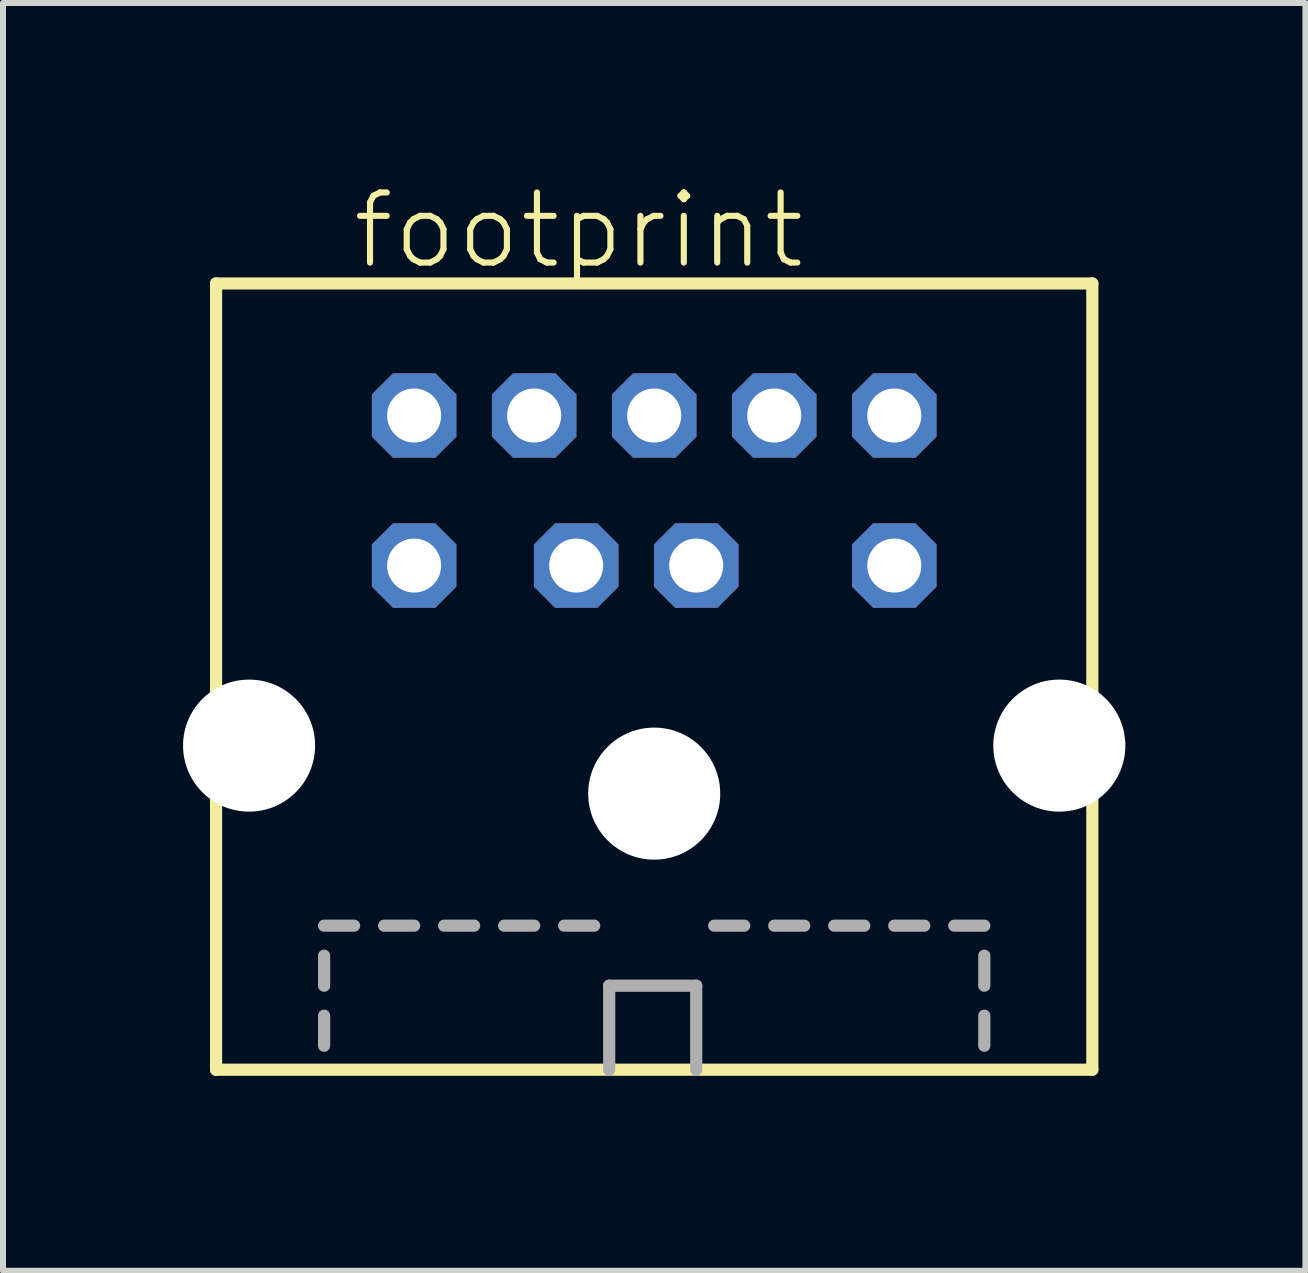
<source format=kicad_pcb>
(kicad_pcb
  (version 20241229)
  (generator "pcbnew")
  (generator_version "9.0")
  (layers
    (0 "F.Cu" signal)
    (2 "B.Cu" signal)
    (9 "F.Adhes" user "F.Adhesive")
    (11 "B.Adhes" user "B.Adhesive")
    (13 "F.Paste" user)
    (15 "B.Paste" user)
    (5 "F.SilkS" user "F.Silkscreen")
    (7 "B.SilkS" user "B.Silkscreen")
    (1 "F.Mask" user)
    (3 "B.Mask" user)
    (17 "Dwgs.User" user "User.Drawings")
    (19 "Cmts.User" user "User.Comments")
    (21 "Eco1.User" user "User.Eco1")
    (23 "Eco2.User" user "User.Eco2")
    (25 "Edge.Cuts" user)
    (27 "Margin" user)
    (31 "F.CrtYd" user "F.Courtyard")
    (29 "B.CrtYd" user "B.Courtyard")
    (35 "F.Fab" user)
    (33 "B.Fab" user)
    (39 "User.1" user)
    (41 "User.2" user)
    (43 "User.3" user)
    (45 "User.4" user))
  (footprint "footprint"
    (layer "F.Cu")
    (at 7.85 14.873)
    (property "Reference" "footprint" (at -5.08 -13.4 0) (layer "F.SilkS") (effects (font (size 1.168 1.168) (thickness 0.102)) (justify left bottom)))
    (fp_line (start -7.3 -13.2) (end -7.3 -0.1) (stroke (width 0.203) (type solid)) (layer "F.SilkS"))
    (fp_line (start -7.3 -0.1) (end 7.3 -0.1) (stroke (width 0.203) (type solid)) (layer "F.SilkS"))
    (fp_line (start 7.3 -13.2) (end -7.3 -13.2) (stroke (width 0.203) (type solid)) (layer "F.SilkS"))
    (fp_line (start 7.3 -0.1) (end 7.3 -13.2) (stroke (width 0.203) (type solid)) (layer "F.SilkS"))
    (fp_line (start -5.5 -2.5) (end -5 -2.5) (stroke (width 0.203) (type solid)) (layer "F.Fab"))
    (fp_line (start -5.5 -1.5) (end -5.5 -2) (stroke (width 0.203) (type solid)) (layer "F.Fab"))
    (fp_line (start -5.5 -0.5) (end -5.5 -1) (stroke (width 0.203) (type solid)) (layer "F.Fab"))
    (fp_line (start -4.5 -2.5) (end -4 -2.5) (stroke (width 0.203) (type solid)) (layer "F.Fab"))
    (fp_line (start -3.5 -2.5) (end -3 -2.5) (stroke (width 0.203) (type solid)) (layer "F.Fab"))
    (fp_line (start -2.5 -2.5) (end -2 -2.5) (stroke (width 0.203) (type solid)) (layer "F.Fab"))
    (fp_line (start -1.5 -2.5) (end -1 -2.5) (stroke (width 0.203) (type solid)) (layer "F.Fab"))
    (fp_line (start -0.75 -1.5) (end 0.7 -1.5) (stroke (width 0.203) (type solid)) (layer "F.Fab"))
    (fp_line (start -0.75 -0.1) (end -0.75 -1.5) (stroke (width 0.203) (type solid)) (layer "F.Fab"))
    (fp_line (start 0.7 -1.5) (end 0.7 -0.1) (stroke (width 0.203) (type solid)) (layer "F.Fab"))
    (fp_line (start 1 -2.5) (end 1.5 -2.5) (stroke (width 0.203) (type solid)) (layer "F.Fab"))
    (fp_line (start 2 -2.5) (end 2.5 -2.5) (stroke (width 0.203) (type solid)) (layer "F.Fab"))
    (fp_line (start 3 -2.5) (end 3.5 -2.5) (stroke (width 0.203) (type solid)) (layer "F.Fab"))
    (fp_line (start 4 -2.5) (end 4.5 -2.5) (stroke (width 0.203) (type solid)) (layer "F.Fab"))
    (fp_line (start 5 -2.5) (end 5.5 -2.5) (stroke (width 0.203) (type solid)) (layer "F.Fab"))
    (fp_line (start 5.5 -1.5) (end 5.5 -2) (stroke (width 0.203) (type solid)) (layer "F.Fab"))
    (fp_line (start 5.5 -0.5) (end 5.5 -1) (stroke (width 0.203) (type solid)) (layer "F.Fab"))
    (pad "" np_thru_hole circle (at -6.75 -5.5) (size 2.2 2.2) (drill 2.2) (layers "*.Cu" "*.Mask"))
    (pad "" np_thru_hole circle (at 0 -4.7) (size 2.2 2.2) (drill 2.2) (layers "*.Cu" "*.Mask"))
    (pad "" np_thru_hole circle (at 6.75 -5.5) (size 2.2 2.2) (drill 2.2) (layers "*.Cu" "*.Mask"))
    (pad "1" thru_hole roundrect (at 0.7 -8.5) (size 1.408 1.408) (drill 0.9) (layers "*.Cu" "*.Mask") (roundrect_rratio 0.25) (chamfer_ratio 0.25) (chamfer top_left top_right bottom_left bottom_right))
    (pad "2" thru_hole roundrect (at -1.3 -8.5) (size 1.408 1.408) (drill 0.9) (layers "*.Cu" "*.Mask") (roundrect_rratio 0.25) (chamfer_ratio 0.25) (chamfer top_left top_right bottom_left bottom_right))
    (pad "3" thru_hole roundrect (at 4 -8.5) (size 1.408 1.408) (drill 0.9) (layers "*.Cu" "*.Mask") (roundrect_rratio 0.25) (chamfer_ratio 0.25) (chamfer top_left top_right bottom_left bottom_right))
    (pad "4" thru_hole roundrect (at 2 -11) (size 1.408 1.408) (drill 0.9) (layers "*.Cu" "*.Mask") (roundrect_rratio 0.25) (chamfer_ratio 0.25) (chamfer top_left top_right bottom_left bottom_right))
    (pad "5" thru_hole roundrect (at 0 -11) (size 1.408 1.408) (drill 0.9) (layers "*.Cu" "*.Mask") (roundrect_rratio 0.25) (chamfer_ratio 0.25) (chamfer top_left top_right bottom_left bottom_right))
    (pad "6" thru_hole roundrect (at -4 -8.5) (size 1.408 1.408) (drill 0.9) (layers "*.Cu" "*.Mask") (roundrect_rratio 0.25) (chamfer_ratio 0.25) (chamfer top_left top_right bottom_left bottom_right))
    (pad "7" thru_hole roundrect (at 4 -11) (size 1.408 1.408) (drill 0.9) (layers "*.Cu" "*.Mask") (roundrect_rratio 0.25) (chamfer_ratio 0.25) (chamfer top_left top_right bottom_left bottom_right))
    (pad "8" thru_hole roundrect (at -2 -11) (size 1.408 1.408) (drill 0.9) (layers "*.Cu" "*.Mask") (roundrect_rratio 0.25) (chamfer_ratio 0.25) (chamfer top_left top_right bottom_left bottom_right))
    (pad "9" thru_hole roundrect (at -4 -11) (size 1.408 1.408) (drill 0.9) (layers "*.Cu" "*.Mask") (roundrect_rratio 0.25) (chamfer_ratio 0.25) (chamfer top_left top_right bottom_left bottom_right)))
  (gr_rect
    (start -3 -3)
    (end 18.7 18.123)
    (stroke (width 0.1) (type default))
    (fill no)
    (layer "Edge.Cuts")))
</source>
